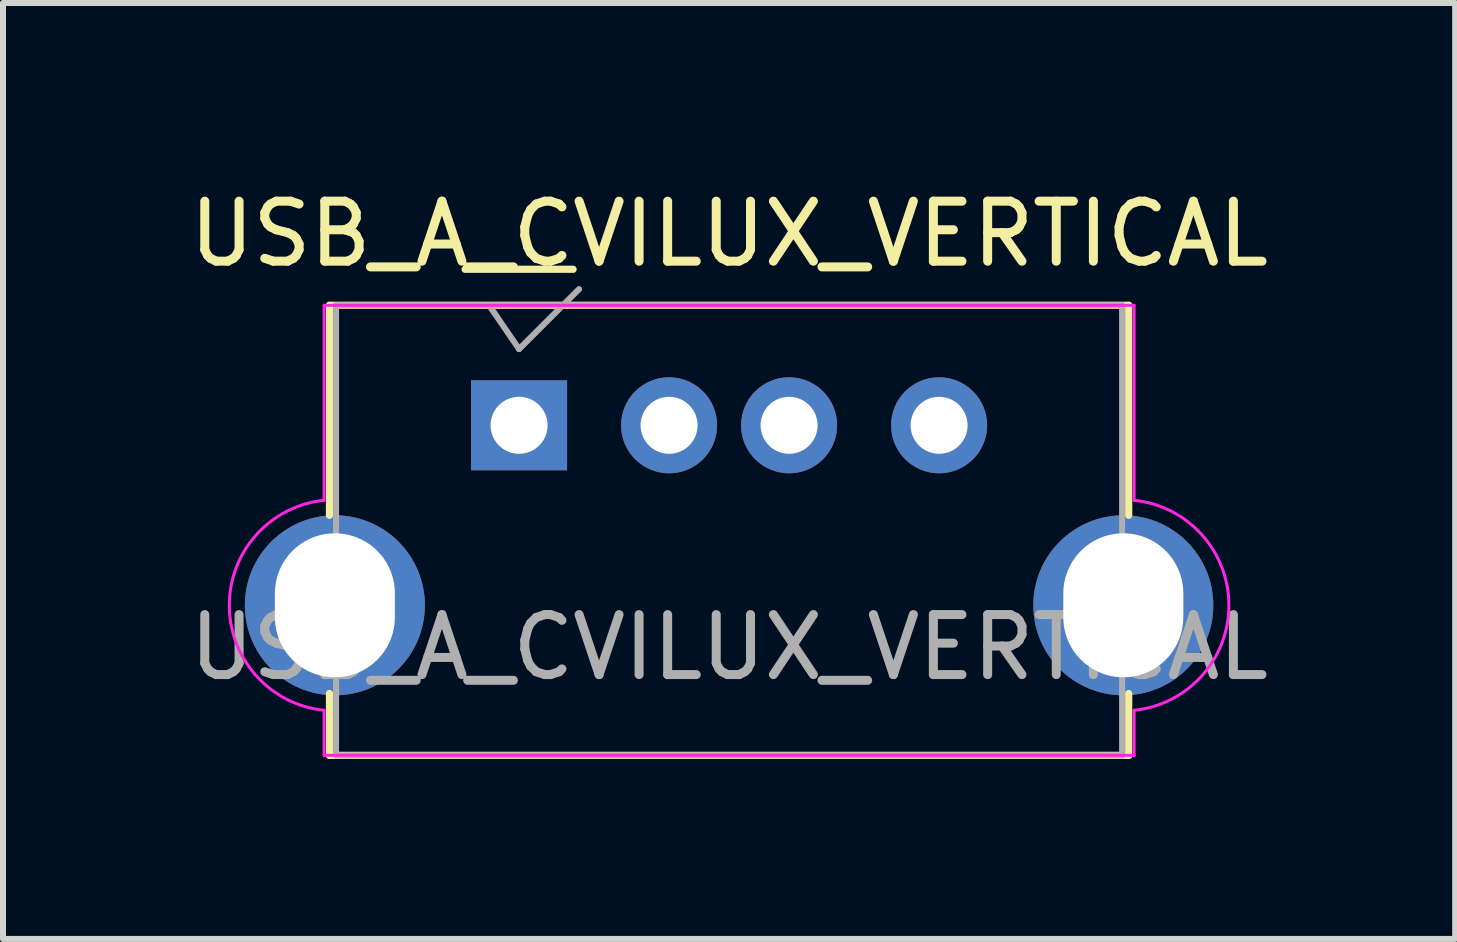
<source format=kicad_pcb>
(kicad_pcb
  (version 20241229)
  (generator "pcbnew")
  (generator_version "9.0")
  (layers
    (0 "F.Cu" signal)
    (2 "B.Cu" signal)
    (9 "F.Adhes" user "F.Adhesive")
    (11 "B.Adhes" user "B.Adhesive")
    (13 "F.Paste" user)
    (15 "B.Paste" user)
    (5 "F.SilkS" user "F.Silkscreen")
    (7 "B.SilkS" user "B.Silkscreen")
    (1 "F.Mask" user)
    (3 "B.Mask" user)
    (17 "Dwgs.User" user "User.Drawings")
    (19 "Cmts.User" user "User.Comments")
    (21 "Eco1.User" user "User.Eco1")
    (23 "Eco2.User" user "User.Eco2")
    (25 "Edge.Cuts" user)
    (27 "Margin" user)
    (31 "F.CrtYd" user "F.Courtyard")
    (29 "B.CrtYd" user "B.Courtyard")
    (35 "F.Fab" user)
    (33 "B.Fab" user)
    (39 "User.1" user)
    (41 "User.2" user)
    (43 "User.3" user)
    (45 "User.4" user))
  (footprint "USB_A_CVILUX_VERTICAL"
    (layer "F.Cu")
    (at 9.101 4.038)
    (property "Reference" "USB_A_CVILUX_VERTICAL" (at 0 -3.19 0) (layer "F.SilkS") (effects (font (size 1 1) (thickness 0.15))))
    (attr through_hole)
    (fp_line (start -6.66 -2) (end -6.66 1.5) (stroke (width 0.12) (type solid)) (layer "F.SilkS"))
    (fp_line (start -6.66 -2) (end 6.66 -2) (stroke (width 0.12) (type solid)) (layer "F.SilkS"))
    (fp_line (start -6.66 5.5) (end -6.66 4.47) (stroke (width 0.12) (type solid)) (layer "F.SilkS"))
    (fp_line (start -6.66 5.5) (end 6.66 5.5) (stroke (width 0.12) (type solid)) (layer "F.SilkS"))
    (fp_line (start -4.4 -2.6) (end -2.6 -2.6) (stroke (width 0.12) (type solid)) (layer "F.SilkS"))
    (fp_line (start 6.66 -2) (end 6.66 1.5) (stroke (width 0.12) (type solid)) (layer "F.SilkS"))
    (fp_line (start 6.66 4.47) (end 6.66 5.5) (stroke (width 0.12) (type solid)) (layer "F.SilkS"))
    (fp_line (start -6.75 -2) (end -6.75 1.25) (stroke (width 0.05) (type solid)) (layer "F.CrtYd"))
    (fp_line (start -6.75 -2) (end 6.75 -2) (stroke (width 0.05) (type solid)) (layer "F.CrtYd"))
    (fp_line (start -6.75 5.5) (end -6.75 4.75) (stroke (width 0.05) (type solid)) (layer "F.CrtYd"))
    (fp_line (start -6.75 5.5) (end 6.75 5.5) (stroke (width 0.05) (type solid)) (layer "F.CrtYd"))
    (fp_line (start 6.75 -2) (end 6.75 1.25) (stroke (width 0.05) (type solid)) (layer "F.CrtYd"))
    (fp_line (start 6.75 5.5) (end 6.75 4.75) (stroke (width 0.05) (type solid)) (layer "F.CrtYd"))
    (fp_arc (start -6.75 4.75) (mid -8.329233 3) (end -6.75 1.25) (stroke (width 0.05) (type solid)) (layer "F.CrtYd"))
    (fp_arc (start 6.75 1.25) (mid 8.329233 3) (end 6.750001 4.75) (stroke (width 0.05) (type solid)) (layer "F.CrtYd"))
    (fp_line (start -6.55 -2) (end 6.55 -2) (stroke (width 0.1) (type solid)) (layer "F.Fab"))
    (fp_line (start -6.55 5.5) (end -6.55 -2) (stroke (width 0.1) (type solid)) (layer "F.Fab"))
    (fp_line (start -6.5 5.5) (end 6.55 5.5) (stroke (width 0.1) (type solid)) (layer "F.Fab"))
    (fp_line (start -4 -2) (end -3.5 -1.27) (stroke (width 0.1) (type solid)) (layer "F.Fab"))
    (fp_line (start -3.5 -1.27) (end -2.5 -2.27) (stroke (width 0.1) (type solid)) (layer "F.Fab"))
    (fp_line (start 6.55 -2) (end 6.55 5.5) (stroke (width 0.1) (type solid)) (layer "F.Fab"))
    (fp_text user "${REFERENCE}" (at 0 3.7 0) (layer "F.Fab") (effects (font (size 1 1) (thickness 0.15))))
    (pad "1" thru_hole rect (at -3.5 0) (size 1.6 1.5) (drill 0.95) (layers "*.Cu" "*.Mask"))
    (pad "2" thru_hole circle (at -1 0) (size 1.6 1.6) (drill 0.95) (layers "*.Cu" "*.Mask"))
    (pad "3" thru_hole circle (at 1 0) (size 1.6 1.6) (drill 0.95) (layers "*.Cu" "*.Mask"))
    (pad "4" thru_hole circle (at 3.5 0) (size 1.6 1.6) (drill 0.95) (layers "*.Cu" "*.Mask"))
    (pad "5" thru_hole circle (at -6.57 3) (size 3 3) (drill oval 2 2.4) (layers "*.Cu" "*.Mask"))
    (pad "5" thru_hole circle (at 6.57 3) (size 3 3) (drill oval 2 2.4) (layers "*.Cu" "*.Mask")))
  (gr_rect
    (start -3 -3)
    (end 21.202 12.598)
    (stroke (width 0.1) (type default))
    (fill no)
    (layer "Edge.Cuts")))
</source>
